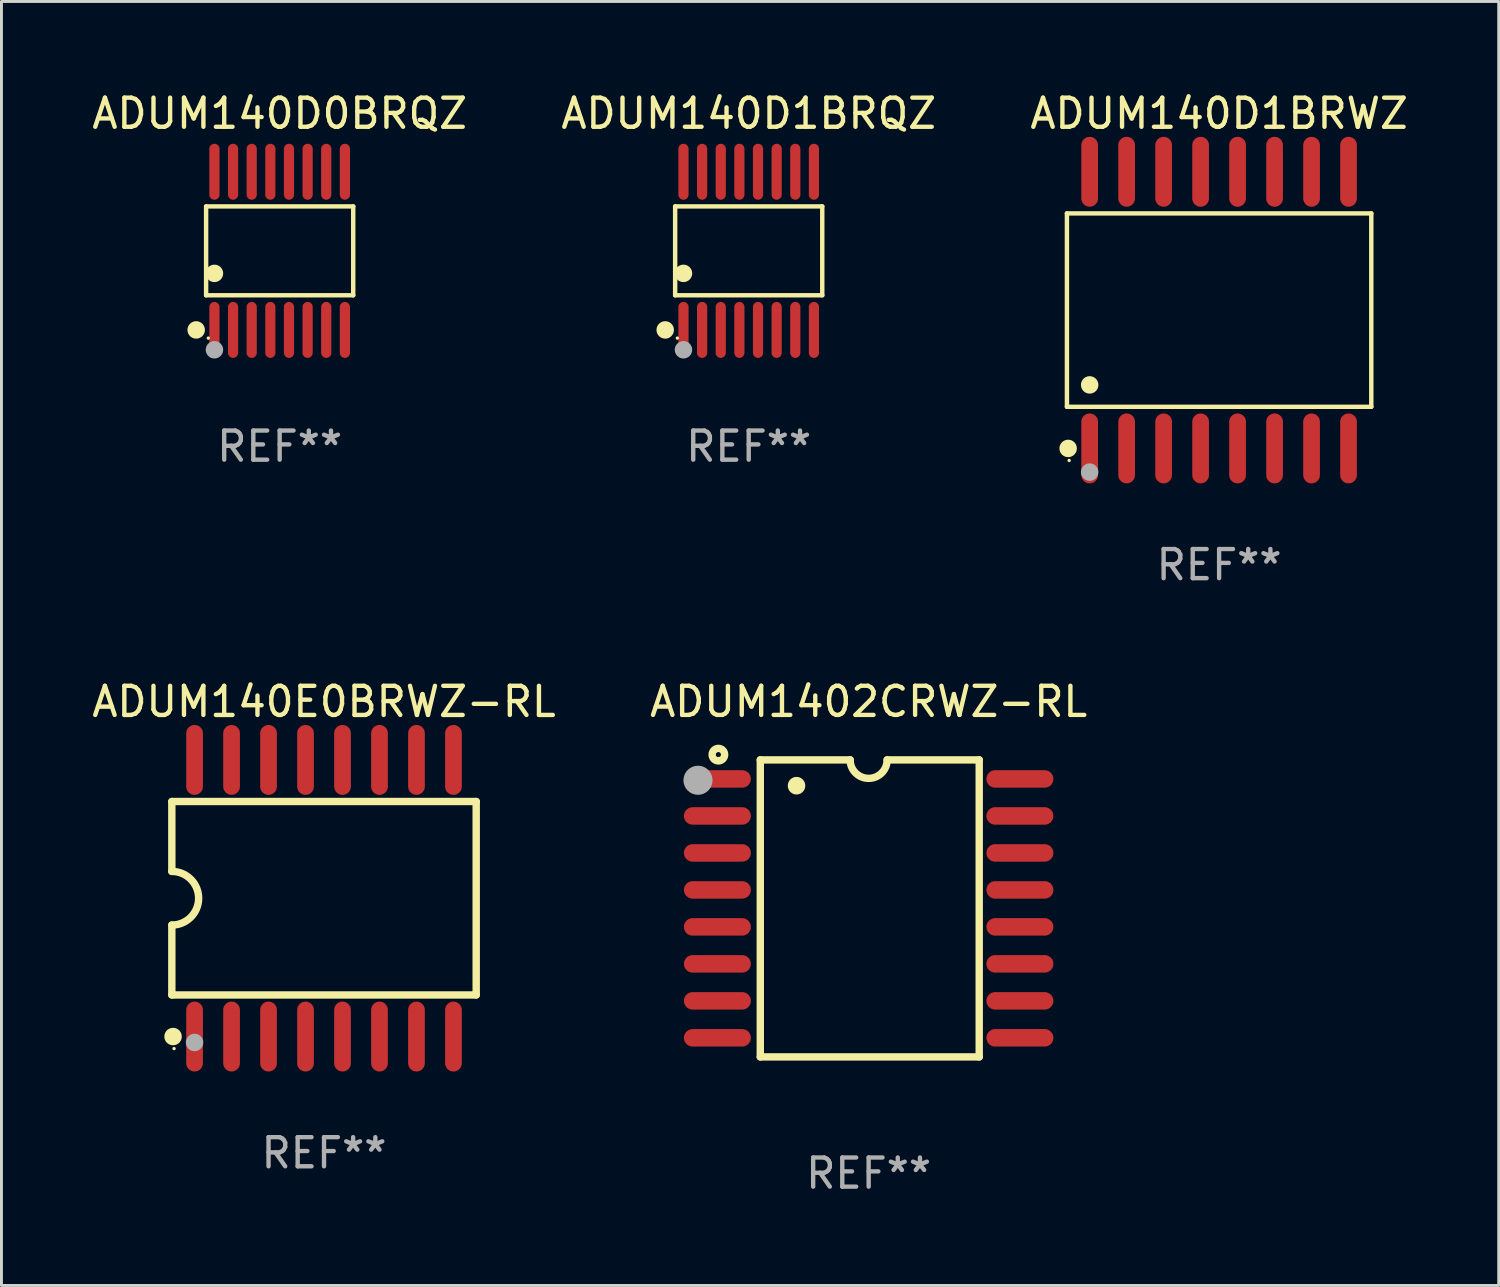
<source format=kicad_pcb>
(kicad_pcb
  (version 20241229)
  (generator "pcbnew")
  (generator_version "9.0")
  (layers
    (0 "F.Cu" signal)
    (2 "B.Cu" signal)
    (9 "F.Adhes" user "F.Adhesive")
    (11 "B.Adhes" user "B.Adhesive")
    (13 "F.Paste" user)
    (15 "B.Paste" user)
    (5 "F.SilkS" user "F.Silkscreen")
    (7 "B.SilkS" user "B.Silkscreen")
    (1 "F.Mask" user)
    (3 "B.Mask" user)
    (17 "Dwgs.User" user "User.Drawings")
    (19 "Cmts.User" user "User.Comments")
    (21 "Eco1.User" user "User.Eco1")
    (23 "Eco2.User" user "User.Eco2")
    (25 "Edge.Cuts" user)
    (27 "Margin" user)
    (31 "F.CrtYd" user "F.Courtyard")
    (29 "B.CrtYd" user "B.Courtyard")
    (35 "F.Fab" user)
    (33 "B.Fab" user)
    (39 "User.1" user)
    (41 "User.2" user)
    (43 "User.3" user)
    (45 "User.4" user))
  (footprint "ADUM1402CRWZ-RL"
    (layer "F.Cu")
    (at 26.78 28.145)
    (property "Reference" "ADUM1402CRWZ-RL" (at 0 -7.1 0) (layer "F.SilkS") (effects (font (size 1 1) (thickness 0.15))))
    (attr through_hole)
    (fp_line (start -3.721 -5.1) (end -3.721 5.1) (stroke (width 0.254) (type solid)) (layer "F.SilkS"))
    (fp_line (start -3.721 -5.1) (end -0.635 -5.1) (stroke (width 0.254) (type solid)) (layer "F.SilkS"))
    (fp_line (start -3.721 5.1) (end 3.797 5.1) (stroke (width 0.254) (type solid)) (layer "F.SilkS"))
    (fp_line (start 3.797 -5.1) (end 0.635 -5.1) (stroke (width 0.254) (type solid)) (layer "F.SilkS"))
    (fp_line (start 3.797 5.1) (end 3.797 -5.1) (stroke (width 0.254) (type solid)) (layer "F.SilkS"))
    (fp_arc (start -2.476556 -4.211328) (mid -2.476567 -4.213868) (end -2.476556 -4.216408) (stroke (width 0.6) (type solid)) (layer "F.SilkS"))
    (fp_arc (start 0.63495 -5.100076) (mid -0.000178 -4.465329) (end -0.635052 -5.10033) (stroke (width 0.254001) (type solid)) (layer "F.SilkS"))
    (fp_circle (center -5.16 -5.28) (end -4.945 -5.28) (stroke (width 0.254) (type solid)) (fill no) (layer "F.SilkS"))
    (fp_circle (center -5.15 -5.15) (end -5.12 -5.15) (stroke (width 0.06) (type solid)) (fill no) (layer "F.SilkS"))
    (fp_circle (center -5.86 -4.4) (end -5.61 -4.4) (stroke (width 0.5) (type solid)) (fill no) (layer "F.Fab"))
    (fp_text user "REF**" (at 0 9.1 0) (layer "F.Fab") (effects (font (size 1 1) (thickness 0.15))))
    (pad "1" smd oval (at -5.194 -4.445) (size 2.3 0.6) (layers "F.Cu" "F.Mask" "F.Paste"))
    (pad "2" smd oval (at -5.194 -3.175) (size 2.3 0.6) (layers "F.Cu" "F.Mask" "F.Paste"))
    (pad "3" smd oval (at -5.194 -1.905) (size 2.3 0.6) (layers "F.Cu" "F.Mask" "F.Paste"))
    (pad "4" smd oval (at -5.194 -0.635) (size 2.3 0.6) (layers "F.Cu" "F.Mask" "F.Paste"))
    (pad "5" smd oval (at -5.194 0.635) (size 2.3 0.6) (layers "F.Cu" "F.Mask" "F.Paste"))
    (pad "6" smd oval (at -5.194 1.905) (size 2.3 0.6) (layers "F.Cu" "F.Mask" "F.Paste"))
    (pad "7" smd oval (at -5.194 3.175) (size 2.3 0.6) (layers "F.Cu" "F.Mask" "F.Paste"))
    (pad "8" smd oval (at -5.194 4.445) (size 2.3 0.6) (layers "F.Cu" "F.Mask" "F.Paste"))
    (pad "9" smd oval (at 5.194 4.445) (size 2.3 0.6) (layers "F.Cu" "F.Mask" "F.Paste"))
    (pad "10" smd oval (at 5.194 3.175) (size 2.3 0.6) (layers "F.Cu" "F.Mask" "F.Paste"))
    (pad "11" smd oval (at 5.194 1.905) (size 2.3 0.6) (layers "F.Cu" "F.Mask" "F.Paste"))
    (pad "12" smd oval (at 5.194 0.635) (size 2.3 0.6) (layers "F.Cu" "F.Mask" "F.Paste"))
    (pad "13" smd oval (at 5.194 -0.635) (size 2.3 0.6) (layers "F.Cu" "F.Mask" "F.Paste"))
    (pad "14" smd oval (at 5.194 -1.905) (size 2.3 0.6) (layers "F.Cu" "F.Mask" "F.Paste"))
    (pad "15" smd oval (at 5.194 -3.175) (size 2.3 0.6) (layers "F.Cu" "F.Mask" "F.Paste"))
    (pad "16" smd oval (at 5.194 -4.445) (size 2.3 0.6) (layers "F.Cu" "F.Mask" "F.Paste")))
  (footprint "ADUM140D0BRQZ"
    (layer "F.Cu")
    (at 6.554 5.564)
    (property "Reference" "ADUM140D0BRQZ" (at 0 -4.716 0) (layer "F.SilkS") (effects (font (size 1 1) (thickness 0.15))))
    (attr through_hole)
    (fp_line (start -2.526 -1.526) (end 2.526 -1.526) (stroke (width 0.152) (type solid)) (layer "F.SilkS"))
    (fp_line (start -2.526 1.526) (end -2.526 -1.526) (stroke (width 0.152) (type solid)) (layer "F.SilkS"))
    (fp_line (start 2.526 -1.526) (end 2.526 1.526) (stroke (width 0.152) (type solid)) (layer "F.SilkS"))
    (fp_line (start 2.526 1.526) (end -2.526 1.526) (stroke (width 0.152) (type solid)) (layer "F.SilkS"))
    (fp_circle (center -2.867 2.716) (end -2.717 2.716) (stroke (width 0.3) (type solid)) (fill no) (layer "F.SilkS"))
    (fp_circle (center -2.45 2.997) (end -2.42 2.997) (stroke (width 0.06) (type solid)) (fill no) (layer "F.SilkS"))
    (fp_circle (center -2.24 0.774) (end -2.09 0.774) (stroke (width 0.3) (type solid)) (fill no) (layer "F.SilkS"))
    (fp_circle (center -2.24 3.398) (end -2.09 3.398) (stroke (width 0.3) (type solid)) (fill no) (layer "F.Fab"))
    (fp_text user "REF**" (at 0 6.716 0) (layer "F.Fab") (effects (font (size 1 1) (thickness 0.15))))
    (pad "1" smd oval (at -2.24 2.716) (size 0.35 1.922) (layers "F.Cu" "F.Mask" "F.Paste"))
    (pad "2" smd oval (at -1.6 2.716) (size 0.35 1.922) (layers "F.Cu" "F.Mask" "F.Paste"))
    (pad "3" smd oval (at -0.96 2.716) (size 0.35 1.922) (layers "F.Cu" "F.Mask" "F.Paste"))
    (pad "4" smd oval (at -0.32 2.716) (size 0.35 1.922) (layers "F.Cu" "F.Mask" "F.Paste"))
    (pad "5" smd oval (at 0.32 2.716) (size 0.35 1.922) (layers "F.Cu" "F.Mask" "F.Paste"))
    (pad "6" smd oval (at 0.96 2.716) (size 0.35 1.922) (layers "F.Cu" "F.Mask" "F.Paste"))
    (pad "7" smd oval (at 1.6 2.716) (size 0.35 1.922) (layers "F.Cu" "F.Mask" "F.Paste"))
    (pad "8" smd oval (at 2.24 2.716) (size 0.35 1.922) (layers "F.Cu" "F.Mask" "F.Paste"))
    (pad "9" smd oval (at 2.24 -2.716) (size 0.35 1.922) (layers "F.Cu" "F.Mask" "F.Paste"))
    (pad "10" smd oval (at 1.6 -2.716) (size 0.35 1.922) (layers "F.Cu" "F.Mask" "F.Paste"))
    (pad "11" smd oval (at 0.96 -2.716) (size 0.35 1.922) (layers "F.Cu" "F.Mask" "F.Paste"))
    (pad "12" smd oval (at 0.32 -2.716) (size 0.35 1.922) (layers "F.Cu" "F.Mask" "F.Paste"))
    (pad "13" smd oval (at -0.32 -2.716) (size 0.35 1.922) (layers "F.Cu" "F.Mask" "F.Paste"))
    (pad "14" smd oval (at -0.96 -2.716) (size 0.35 1.922) (layers "F.Cu" "F.Mask" "F.Paste"))
    (pad "15" smd oval (at -1.6 -2.716) (size 0.35 1.922) (layers "F.Cu" "F.Mask" "F.Paste"))
    (pad "16" smd oval (at -2.24 -2.716) (size 0.35 1.922) (layers "F.Cu" "F.Mask" "F.Paste")))
  (footprint "ADUM140E0BRWZ-RL"
    (layer "F.Cu")
    (at 8.077 27.796)
    (property "Reference" "ADUM140E0BRWZ-RL" (at 0 -6.75 0) (layer "F.SilkS") (effects (font (size 1 1) (thickness 0.15))))
    (attr through_hole)
    (fp_line (start -5.226 -3.321) (end -5.226 -0.921) (stroke (width 0.254) (type solid)) (layer "F.SilkS"))
    (fp_line (start -5.226 -3.321) (end 5.226 -3.321) (stroke (width 0.254) (type solid)) (layer "F.SilkS"))
    (fp_line (start -5.226 3.321) (end -5.226 0.921) (stroke (width 0.254) (type solid)) (layer "F.SilkS"))
    (fp_line (start 5.226 -3.321) (end 5.226 3.321) (stroke (width 0.254) (type solid)) (layer "F.SilkS"))
    (fp_line (start 5.226 3.321) (end -5.226 3.321) (stroke (width 0.254) (type solid)) (layer "F.SilkS"))
    (fp_arc (start -5.226594 -0.920751) (mid -4.305538 0.000127) (end -5.226238 0.921361) (stroke (width 0.254001) (type solid)) (layer "F.SilkS"))
    (fp_circle (center -5.184 4.75) (end -5.034 4.75) (stroke (width 0.3) (type solid)) (fill no) (layer "F.SilkS"))
    (fp_circle (center -5.15 5.163) (end -5.12 5.163) (stroke (width 0.06) (type solid)) (fill no) (layer "F.SilkS"))
    (fp_circle (center -4.445 4.953) (end -4.295 4.953) (stroke (width 0.3) (type solid)) (fill no) (layer "F.Fab"))
    (fp_text user "REF**" (at 0 8.75 0) (layer "F.Fab") (effects (font (size 1 1) (thickness 0.15))))
    (pad "1" smd oval (at -4.445 4.75) (size 0.574 2.401) (layers "F.Cu" "F.Mask" "F.Paste"))
    (pad "2" smd oval (at -3.175 4.75) (size 0.574 2.401) (layers "F.Cu" "F.Mask" "F.Paste"))
    (pad "3" smd oval (at -1.905 4.75) (size 0.574 2.401) (layers "F.Cu" "F.Mask" "F.Paste"))
    (pad "4" smd oval (at -0.635 4.75) (size 0.574 2.401) (layers "F.Cu" "F.Mask" "F.Paste"))
    (pad "5" smd oval (at 0.635 4.75) (size 0.574 2.401) (layers "F.Cu" "F.Mask" "F.Paste"))
    (pad "6" smd oval (at 1.905 4.75) (size 0.574 2.401) (layers "F.Cu" "F.Mask" "F.Paste"))
    (pad "7" smd oval (at 3.175 4.75) (size 0.574 2.401) (layers "F.Cu" "F.Mask" "F.Paste"))
    (pad "8" smd oval (at 4.445 4.75) (size 0.574 2.401) (layers "F.Cu" "F.Mask" "F.Paste"))
    (pad "9" smd oval (at 4.445 -4.75) (size 0.574 2.401) (layers "F.Cu" "F.Mask" "F.Paste"))
    (pad "10" smd oval (at 3.175 -4.75) (size 0.574 2.401) (layers "F.Cu" "F.Mask" "F.Paste"))
    (pad "11" smd oval (at 1.905 -4.75) (size 0.574 2.401) (layers "F.Cu" "F.Mask" "F.Paste"))
    (pad "12" smd oval (at 0.635 -4.75) (size 0.574 2.401) (layers "F.Cu" "F.Mask" "F.Paste"))
    (pad "13" smd oval (at -0.635 -4.75) (size 0.574 2.401) (layers "F.Cu" "F.Mask" "F.Paste"))
    (pad "14" smd oval (at -1.905 -4.75) (size 0.574 2.401) (layers "F.Cu" "F.Mask" "F.Paste"))
    (pad "15" smd oval (at -3.175 -4.75) (size 0.574 2.401) (layers "F.Cu" "F.Mask" "F.Paste"))
    (pad "16" smd oval (at -4.445 -4.75) (size 0.574 2.401) (layers "F.Cu" "F.Mask" "F.Paste")))
  (footprint "ADUM140D1BRWZ"
    (layer "F.Cu")
    (at 38.815 7.599)
    (property "Reference" "ADUM140D1BRWZ" (at 0 -6.75 0) (layer "F.SilkS") (effects (font (size 1 1) (thickness 0.15))))
    (attr through_hole)
    (fp_line (start -5.226 -3.321) (end 5.226 -3.321) (stroke (width 0.152) (type solid)) (layer "F.SilkS"))
    (fp_line (start -5.226 3.321) (end -5.226 -3.321) (stroke (width 0.152) (type solid)) (layer "F.SilkS"))
    (fp_line (start 5.226 -3.321) (end 5.226 3.321) (stroke (width 0.152) (type solid)) (layer "F.SilkS"))
    (fp_line (start 5.226 3.321) (end -5.226 3.321) (stroke (width 0.152) (type solid)) (layer "F.SilkS"))
    (fp_circle (center -5.184 4.75) (end -5.034 4.75) (stroke (width 0.3) (type solid)) (fill no) (layer "F.SilkS"))
    (fp_circle (center -5.15 5.163) (end -5.12 5.163) (stroke (width 0.06) (type solid)) (fill no) (layer "F.SilkS"))
    (fp_circle (center -4.445 2.569) (end -4.295 2.569) (stroke (width 0.3) (type solid)) (fill no) (layer "F.SilkS"))
    (fp_circle (center -4.445 5.563) (end -4.295 5.563) (stroke (width 0.3) (type solid)) (fill no) (layer "F.Fab"))
    (fp_text user "REF**" (at 0 8.75 0) (layer "F.Fab") (effects (font (size 1 1) (thickness 0.15))))
    (pad "1" smd oval (at -4.445 4.75) (size 0.574 2.401) (layers "F.Cu" "F.Mask" "F.Paste"))
    (pad "2" smd oval (at -3.175 4.75) (size 0.574 2.401) (layers "F.Cu" "F.Mask" "F.Paste"))
    (pad "3" smd oval (at -1.905 4.75) (size 0.574 2.401) (layers "F.Cu" "F.Mask" "F.Paste"))
    (pad "4" smd oval (at -0.635 4.75) (size 0.574 2.401) (layers "F.Cu" "F.Mask" "F.Paste"))
    (pad "5" smd oval (at 0.635 4.75) (size 0.574 2.401) (layers "F.Cu" "F.Mask" "F.Paste"))
    (pad "6" smd oval (at 1.905 4.75) (size 0.574 2.401) (layers "F.Cu" "F.Mask" "F.Paste"))
    (pad "7" smd oval (at 3.175 4.75) (size 0.574 2.401) (layers "F.Cu" "F.Mask" "F.Paste"))
    (pad "8" smd oval (at 4.445 4.75) (size 0.574 2.401) (layers "F.Cu" "F.Mask" "F.Paste"))
    (pad "9" smd oval (at 4.445 -4.75) (size 0.574 2.401) (layers "F.Cu" "F.Mask" "F.Paste"))
    (pad "10" smd oval (at 3.175 -4.75) (size 0.574 2.401) (layers "F.Cu" "F.Mask" "F.Paste"))
    (pad "11" smd oval (at 1.905 -4.75) (size 0.574 2.401) (layers "F.Cu" "F.Mask" "F.Paste"))
    (pad "12" smd oval (at 0.635 -4.75) (size 0.574 2.401) (layers "F.Cu" "F.Mask" "F.Paste"))
    (pad "13" smd oval (at -0.635 -4.75) (size 0.574 2.401) (layers "F.Cu" "F.Mask" "F.Paste"))
    (pad "14" smd oval (at -1.905 -4.75) (size 0.574 2.401) (layers "F.Cu" "F.Mask" "F.Paste"))
    (pad "15" smd oval (at -3.175 -4.75) (size 0.574 2.401) (layers "F.Cu" "F.Mask" "F.Paste"))
    (pad "16" smd oval (at -4.445 -4.75) (size 0.574 2.401) (layers "F.Cu" "F.Mask" "F.Paste")))
  (footprint "ADUM140D1BRQZ"
    (layer "F.Cu")
    (at 22.661 5.564)
    (property "Reference" "ADUM140D1BRQZ" (at 0 -4.716 0) (layer "F.SilkS") (effects (font (size 1 1) (thickness 0.15))))
    (attr through_hole)
    (fp_line (start -2.526 -1.526) (end 2.526 -1.526) (stroke (width 0.152) (type solid)) (layer "F.SilkS"))
    (fp_line (start -2.526 1.526) (end -2.526 -1.526) (stroke (width 0.152) (type solid)) (layer "F.SilkS"))
    (fp_line (start 2.526 -1.526) (end 2.526 1.526) (stroke (width 0.152) (type solid)) (layer "F.SilkS"))
    (fp_line (start 2.526 1.526) (end -2.526 1.526) (stroke (width 0.152) (type solid)) (layer "F.SilkS"))
    (fp_circle (center -2.867 2.716) (end -2.717 2.716) (stroke (width 0.3) (type solid)) (fill no) (layer "F.SilkS"))
    (fp_circle (center -2.45 2.997) (end -2.42 2.997) (stroke (width 0.06) (type solid)) (fill no) (layer "F.SilkS"))
    (fp_circle (center -2.24 0.774) (end -2.09 0.774) (stroke (width 0.3) (type solid)) (fill no) (layer "F.SilkS"))
    (fp_circle (center -2.24 3.398) (end -2.09 3.398) (stroke (width 0.3) (type solid)) (fill no) (layer "F.Fab"))
    (fp_text user "REF**" (at 0 6.716 0) (layer "F.Fab") (effects (font (size 1 1) (thickness 0.15))))
    (pad "1" smd oval (at -2.24 2.716) (size 0.35 1.922) (layers "F.Cu" "F.Mask" "F.Paste"))
    (pad "2" smd oval (at -1.6 2.716) (size 0.35 1.922) (layers "F.Cu" "F.Mask" "F.Paste"))
    (pad "3" smd oval (at -0.96 2.716) (size 0.35 1.922) (layers "F.Cu" "F.Mask" "F.Paste"))
    (pad "4" smd oval (at -0.32 2.716) (size 0.35 1.922) (layers "F.Cu" "F.Mask" "F.Paste"))
    (pad "5" smd oval (at 0.32 2.716) (size 0.35 1.922) (layers "F.Cu" "F.Mask" "F.Paste"))
    (pad "6" smd oval (at 0.96 2.716) (size 0.35 1.922) (layers "F.Cu" "F.Mask" "F.Paste"))
    (pad "7" smd oval (at 1.6 2.716) (size 0.35 1.922) (layers "F.Cu" "F.Mask" "F.Paste"))
    (pad "8" smd oval (at 2.24 2.716) (size 0.35 1.922) (layers "F.Cu" "F.Mask" "F.Paste"))
    (pad "9" smd oval (at 2.24 -2.716) (size 0.35 1.922) (layers "F.Cu" "F.Mask" "F.Paste"))
    (pad "10" smd oval (at 1.6 -2.716) (size 0.35 1.922) (layers "F.Cu" "F.Mask" "F.Paste"))
    (pad "11" smd oval (at 0.96 -2.716) (size 0.35 1.922) (layers "F.Cu" "F.Mask" "F.Paste"))
    (pad "12" smd oval (at 0.32 -2.716) (size 0.35 1.922) (layers "F.Cu" "F.Mask" "F.Paste"))
    (pad "13" smd oval (at -0.32 -2.716) (size 0.35 1.922) (layers "F.Cu" "F.Mask" "F.Paste"))
    (pad "14" smd oval (at -0.96 -2.716) (size 0.35 1.922) (layers "F.Cu" "F.Mask" "F.Paste"))
    (pad "15" smd oval (at -1.6 -2.716) (size 0.35 1.922) (layers "F.Cu" "F.Mask" "F.Paste"))
    (pad "16" smd oval (at -2.24 -2.716) (size 0.35 1.922) (layers "F.Cu" "F.Mask" "F.Paste")))
  (gr_rect
    (start -3 -3)
    (end 48.417 41.094)
    (stroke (width 0.1) (type default))
    (fill no)
    (layer "Edge.Cuts")))
</source>
